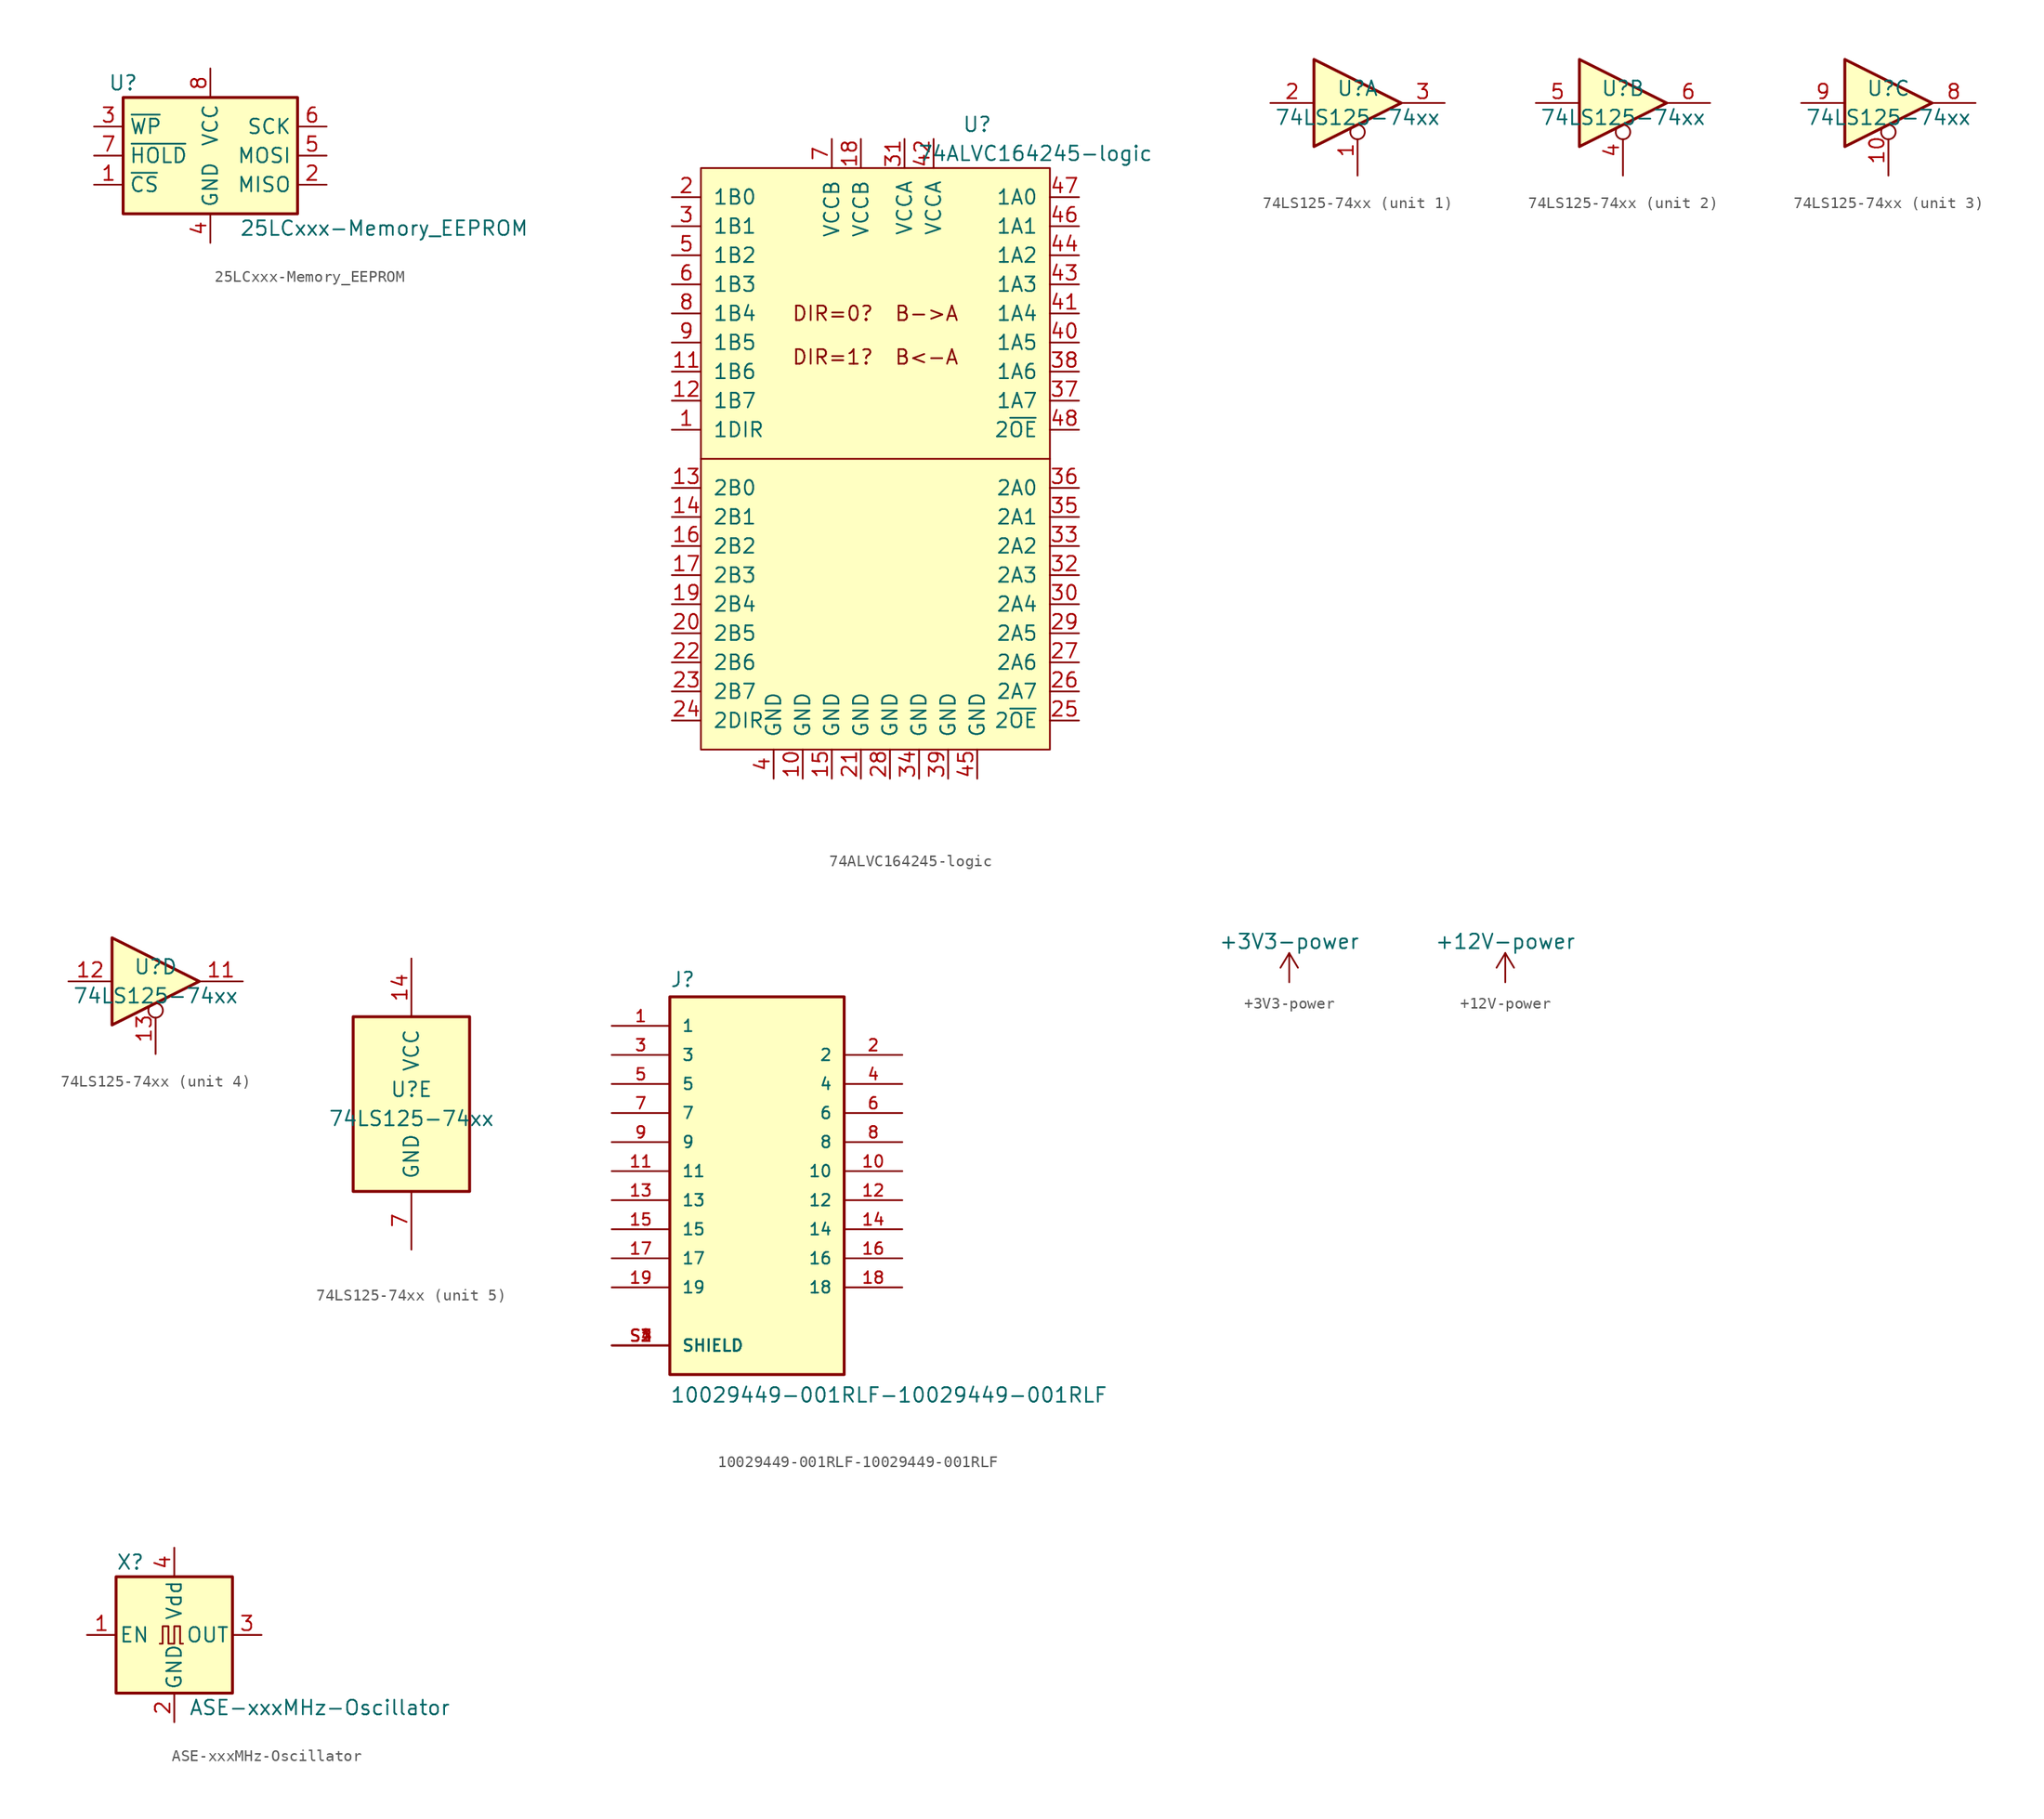
<source format=kicad_sym>
(kicad_symbol_lib
  (version 20220914)
  (generator kicad_symbol_editor)
  (symbol "25LCxxx-Memory_EEPROM"
    (property "Reference" "U"
      (at -7.62 6.35 0)
      (effects (font (size 1.27 1.27))))
    (property "Value" "25LCxxx-Memory_EEPROM"
      (at 2.54 -6.35 0)
      (effects (font (size 1.27 1.27)) (justify left)))
    (symbol "25LCxxx-Memory_EEPROM_1_1"
      (rectangle (start -7.62 5.08) (end 7.62 -5.08) (stroke (width 0.254) (type solid)) (fill (type background)))
      (pin input line (at -10.16 -2.54 0) (length 2.54) (name "~{CS}" (effects (font (size 1.27 1.27)))) (number "1" (effects (font (size 1.27 1.27)))))
      (pin tri_state line (at 10.16 -2.54 180) (length 2.54) (name "MISO" (effects (font (size 1.27 1.27)))) (number "2" (effects (font (size 1.27 1.27)))))
      (pin input line (at -10.16 2.54 0) (length 2.54) (name "~{WP}" (effects (font (size 1.27 1.27)))) (number "3" (effects (font (size 1.27 1.27)))))
      (pin power_in line (at 0 -7.62 90) (length 2.54) (name "GND" (effects (font (size 1.27 1.27)))) (number "4" (effects (font (size 1.27 1.27)))))
      (pin input line (at 10.16 0 180) (length 2.54) (name "MOSI" (effects (font (size 1.27 1.27)))) (number "5" (effects (font (size 1.27 1.27)))))
      (pin input line (at 10.16 2.54 180) (length 2.54) (name "SCK" (effects (font (size 1.27 1.27)))) (number "6" (effects (font (size 1.27 1.27)))))
      (pin input line (at -10.16 0 0) (length 2.54) (name "~{HOLD}" (effects (font (size 1.27 1.27)))) (number "7" (effects (font (size 1.27 1.27)))))
      (pin power_in line (at 0 7.62 270) (length 2.54) (name "VCC" (effects (font (size 1.27 1.27)))) (number "8" (effects (font (size 1.27 1.27)))))))
  (symbol "74ALVC164245-logic"
    (pin_names
      (offset 1.016))
    (property "Reference" "U"
      (at 24.13 3.81 0)
      (effects (font (size 1.27 1.27))))
    (property "Value" "74ALVC164245-logic"
      (at 29.21 1.27 0)
      (effects (font (size 1.27 1.27))))
    (symbol "74ALVC164245-logic_0_0"
      (text "DIR=0?  B->A" (at 15.24 -12.7 0) (effects (font (size 1.27 1.27))))
      (text "DIR=1?  B<-A" (at 15.24 -16.51 0) (effects (font (size 1.27 1.27)))))
    (symbol "74ALVC164245-logic_0_1"
      (polyline (pts (xy 0 -25.4) (xy 30.48 -25.4)) (stroke (width 0) (type solid)) (fill (type none)))
      (rectangle (start 0 0) (end 30.48 -50.8) (stroke (width 0) (type solid)) (fill (type background))))
    (symbol "74ALVC164245-logic_1_1"
      (pin input line (at -2.54 -22.86 0) (length 2.54) (name "1DIR" (effects (font (size 1.27 1.27)))) (number "1" (effects (font (size 1.27 1.27)))))
      (pin power_in line (at 8.89 -53.34 90) (length 2.54) (name "GND" (effects (font (size 1.27 1.27)))) (number "10" (effects (font (size 1.27 1.27)))))
      (pin bidirectional line (at -2.54 -17.78 0) (length 2.54) (name "1B6" (effects (font (size 1.27 1.27)))) (number "11" (effects (font (size 1.27 1.27)))))
      (pin bidirectional line (at -2.54 -20.32 0) (length 2.54) (name "1B7" (effects (font (size 1.27 1.27)))) (number "12" (effects (font (size 1.27 1.27)))))
      (pin bidirectional line (at -2.54 -27.94 0) (length 2.54) (name "2B0" (effects (font (size 1.27 1.27)))) (number "13" (effects (font (size 1.27 1.27)))))
      (pin bidirectional line (at -2.54 -30.48 0) (length 2.54) (name "2B1" (effects (font (size 1.27 1.27)))) (number "14" (effects (font (size 1.27 1.27)))))
      (pin power_in line (at 11.43 -53.34 90) (length 2.54) (name "GND" (effects (font (size 1.27 1.27)))) (number "15" (effects (font (size 1.27 1.27)))))
      (pin bidirectional line (at -2.54 -33.02 0) (length 2.54) (name "2B2" (effects (font (size 1.27 1.27)))) (number "16" (effects (font (size 1.27 1.27)))))
      (pin bidirectional line (at -2.54 -35.56 0) (length 2.54) (name "2B3" (effects (font (size 1.27 1.27)))) (number "17" (effects (font (size 1.27 1.27)))))
      (pin power_in line (at 13.97 2.54 270) (length 2.54) (name "VCCB" (effects (font (size 1.27 1.27)))) (number "18" (effects (font (size 1.27 1.27)))))
      (pin bidirectional line (at -2.54 -38.1 0) (length 2.54) (name "2B4" (effects (font (size 1.27 1.27)))) (number "19" (effects (font (size 1.27 1.27)))))
      (pin bidirectional line (at -2.54 -2.54 0) (length 2.54) (name "1B0" (effects (font (size 1.27 1.27)))) (number "2" (effects (font (size 1.27 1.27)))))
      (pin bidirectional line (at -2.54 -40.64 0) (length 2.54) (name "2B5" (effects (font (size 1.27 1.27)))) (number "20" (effects (font (size 1.27 1.27)))))
      (pin power_in line (at 13.97 -53.34 90) (length 2.54) (name "GND" (effects (font (size 1.27 1.27)))) (number "21" (effects (font (size 1.27 1.27)))))
      (pin bidirectional line (at -2.54 -43.18 0) (length 2.54) (name "2B6" (effects (font (size 1.27 1.27)))) (number "22" (effects (font (size 1.27 1.27)))))
      (pin bidirectional line (at -2.54 -45.72 0) (length 2.54) (name "2B7" (effects (font (size 1.27 1.27)))) (number "23" (effects (font (size 1.27 1.27)))))
      (pin input line (at -2.54 -48.26 0) (length 2.54) (name "2DIR" (effects (font (size 1.27 1.27)))) (number "24" (effects (font (size 1.27 1.27)))))
      (pin input line (at 33.02 -48.26 180) (length 2.54) (name "2~{OE}" (effects (font (size 1.27 1.27)))) (number "25" (effects (font (size 1.27 1.27)))))
      (pin bidirectional line (at 33.02 -45.72 180) (length 2.54) (name "2A7" (effects (font (size 1.27 1.27)))) (number "26" (effects (font (size 1.27 1.27)))))
      (pin bidirectional line (at 33.02 -43.18 180) (length 2.54) (name "2A6" (effects (font (size 1.27 1.27)))) (number "27" (effects (font (size 1.27 1.27)))))
      (pin power_in line (at 16.51 -53.34 90) (length 2.54) (name "GND" (effects (font (size 1.27 1.27)))) (number "28" (effects (font (size 1.27 1.27)))))
      (pin bidirectional line (at 33.02 -40.64 180) (length 2.54) (name "2A5" (effects (font (size 1.27 1.27)))) (number "29" (effects (font (size 1.27 1.27)))))
      (pin bidirectional line (at -2.54 -5.08 0) (length 2.54) (name "1B1" (effects (font (size 1.27 1.27)))) (number "3" (effects (font (size 1.27 1.27)))))
      (pin bidirectional line (at 33.02 -38.1 180) (length 2.54) (name "2A4" (effects (font (size 1.27 1.27)))) (number "30" (effects (font (size 1.27 1.27)))))
      (pin power_in line (at 17.78 2.54 270) (length 2.54) (name "VCCA" (effects (font (size 1.27 1.27)))) (number "31" (effects (font (size 1.27 1.27)))))
      (pin bidirectional line (at 33.02 -35.56 180) (length 2.54) (name "2A3" (effects (font (size 1.27 1.27)))) (number "32" (effects (font (size 1.27 1.27)))))
      (pin bidirectional line (at 33.02 -33.02 180) (length 2.54) (name "2A2" (effects (font (size 1.27 1.27)))) (number "33" (effects (font (size 1.27 1.27)))))
      (pin power_in line (at 19.05 -53.34 90) (length 2.54) (name "GND" (effects (font (size 1.27 1.27)))) (number "34" (effects (font (size 1.27 1.27)))))
      (pin bidirectional line (at 33.02 -30.48 180) (length 2.54) (name "2A1" (effects (font (size 1.27 1.27)))) (number "35" (effects (font (size 1.27 1.27)))))
      (pin bidirectional line (at 33.02 -27.94 180) (length 2.54) (name "2A0" (effects (font (size 1.27 1.27)))) (number "36" (effects (font (size 1.27 1.27)))))
      (pin bidirectional line (at 33.02 -20.32 180) (length 2.54) (name "1A7" (effects (font (size 1.27 1.27)))) (number "37" (effects (font (size 1.27 1.27)))))
      (pin bidirectional line (at 33.02 -17.78 180) (length 2.54) (name "1A6" (effects (font (size 1.27 1.27)))) (number "38" (effects (font (size 1.27 1.27)))))
      (pin power_in line (at 21.59 -53.34 90) (length 2.54) (name "GND" (effects (font (size 1.27 1.27)))) (number "39" (effects (font (size 1.27 1.27)))))
      (pin power_in line (at 6.35 -53.34 90) (length 2.54) (name "GND" (effects (font (size 1.27 1.27)))) (number "4" (effects (font (size 1.27 1.27)))))
      (pin bidirectional line (at 33.02 -15.24 180) (length 2.54) (name "1A5" (effects (font (size 1.27 1.27)))) (number "40" (effects (font (size 1.27 1.27)))))
      (pin bidirectional line (at 33.02 -12.7 180) (length 2.54) (name "1A4" (effects (font (size 1.27 1.27)))) (number "41" (effects (font (size 1.27 1.27)))))
      (pin power_in line (at 20.32 2.54 270) (length 2.54) (name "VCCA" (effects (font (size 1.27 1.27)))) (number "42" (effects (font (size 1.27 1.27)))))
      (pin bidirectional line (at 33.02 -10.16 180) (length 2.54) (name "1A3" (effects (font (size 1.27 1.27)))) (number "43" (effects (font (size 1.27 1.27)))))
      (pin bidirectional line (at 33.02 -7.62 180) (length 2.54) (name "1A2" (effects (font (size 1.27 1.27)))) (number "44" (effects (font (size 1.27 1.27)))))
      (pin power_in line (at 24.13 -53.34 90) (length 2.54) (name "GND" (effects (font (size 1.27 1.27)))) (number "45" (effects (font (size 1.27 1.27)))))
      (pin bidirectional line (at 33.02 -5.08 180) (length 2.54) (name "1A1" (effects (font (size 1.27 1.27)))) (number "46" (effects (font (size 1.27 1.27)))))
      (pin bidirectional line (at 33.02 -2.54 180) (length 2.54) (name "1A0" (effects (font (size 1.27 1.27)))) (number "47" (effects (font (size 1.27 1.27)))))
      (pin bidirectional line (at 33.02 -22.86 180) (length 2.54) (name "2~{OE}" (effects (font (size 1.27 1.27)))) (number "48" (effects (font (size 1.27 1.27)))))
      (pin bidirectional line (at -2.54 -7.62 0) (length 2.54) (name "1B2" (effects (font (size 1.27 1.27)))) (number "5" (effects (font (size 1.27 1.27)))))
      (pin bidirectional line (at -2.54 -10.16 0) (length 2.54) (name "1B3" (effects (font (size 1.27 1.27)))) (number "6" (effects (font (size 1.27 1.27)))))
      (pin power_in line (at 11.43 2.54 270) (length 2.54) (name "VCCB" (effects (font (size 1.27 1.27)))) (number "7" (effects (font (size 1.27 1.27)))))
      (pin bidirectional line (at -2.54 -12.7 0) (length 2.54) (name "1B4" (effects (font (size 1.27 1.27)))) (number "8" (effects (font (size 1.27 1.27)))))
      (pin bidirectional line (at -2.54 -15.24 0) (length 2.54) (name "1B5" (effects (font (size 1.27 1.27)))) (number "9" (effects (font (size 1.27 1.27)))))))
  (symbol "74LS125-74xx"
    (pin_names
      (offset 1.016))
    (property "Reference" "U"
      (at 0 1.27 0)
      (effects (font (size 1.27 1.27))))
    (property "Value" "74LS125-74xx"
      (at 0 -1.27 0)
      (effects (font (size 1.27 1.27))))
    (property "ki_locked" ""
      (at 0 0 0)
      (effects (font (size 1.27 1.27))))
    (symbol "74LS125-74xx_1_0"
      (polyline (pts (xy -3.81 3.81) (xy -3.81 -3.81) (xy 3.81 0) (xy -3.81 3.81)) (stroke (width 0.254) (type solid)) (fill (type background)))
      (pin input inverted (at 0 -6.35 90) (length 4.445) (name "~" (effects (font (size 1.27 1.27)))) (number "1" (effects (font (size 1.27 1.27)))))
      (pin input line (at -7.62 0 0) (length 3.81) (name "~" (effects (font (size 1.27 1.27)))) (number "2" (effects (font (size 1.27 1.27)))))
      (pin tri_state line (at 7.62 0 180) (length 3.81) (name "~" (effects (font (size 1.27 1.27)))) (number "3" (effects (font (size 1.27 1.27))))))
    (symbol "74LS125-74xx_2_0"
      (polyline (pts (xy -3.81 3.81) (xy -3.81 -3.81) (xy 3.81 0) (xy -3.81 3.81)) (stroke (width 0.254) (type solid)) (fill (type background)))
      (pin input inverted (at 0 -6.35 90) (length 4.445) (name "~" (effects (font (size 1.27 1.27)))) (number "4" (effects (font (size 1.27 1.27)))))
      (pin input line (at -7.62 0 0) (length 3.81) (name "~" (effects (font (size 1.27 1.27)))) (number "5" (effects (font (size 1.27 1.27)))))
      (pin tri_state line (at 7.62 0 180) (length 3.81) (name "~" (effects (font (size 1.27 1.27)))) (number "6" (effects (font (size 1.27 1.27))))))
    (symbol "74LS125-74xx_3_0"
      (polyline (pts (xy -3.81 3.81) (xy -3.81 -3.81) (xy 3.81 0) (xy -3.81 3.81)) (stroke (width 0.254) (type solid)) (fill (type background)))
      (pin input inverted (at 0 -6.35 90) (length 4.445) (name "~" (effects (font (size 1.27 1.27)))) (number "10" (effects (font (size 1.27 1.27)))))
      (pin tri_state line (at 7.62 0 180) (length 3.81) (name "~" (effects (font (size 1.27 1.27)))) (number "8" (effects (font (size 1.27 1.27)))))
      (pin input line (at -7.62 0 0) (length 3.81) (name "~" (effects (font (size 1.27 1.27)))) (number "9" (effects (font (size 1.27 1.27))))))
    (symbol "74LS125-74xx_4_0"
      (polyline (pts (xy -3.81 3.81) (xy -3.81 -3.81) (xy 3.81 0) (xy -3.81 3.81)) (stroke (width 0.254) (type solid)) (fill (type background)))
      (pin tri_state line (at 7.62 0 180) (length 3.81) (name "~" (effects (font (size 1.27 1.27)))) (number "11" (effects (font (size 1.27 1.27)))))
      (pin input line (at -7.62 0 0) (length 3.81) (name "~" (effects (font (size 1.27 1.27)))) (number "12" (effects (font (size 1.27 1.27)))))
      (pin input inverted (at 0 -6.35 90) (length 4.445) (name "~" (effects (font (size 1.27 1.27)))) (number "13" (effects (font (size 1.27 1.27))))))
    (symbol "74LS125-74xx_5_0"
      (pin power_in line (at 0 12.7 270) (length 5.08) (name "VCC" (effects (font (size 1.27 1.27)))) (number "14" (effects (font (size 1.27 1.27)))))
      (pin power_in line (at 0 -12.7 90) (length 5.08) (name "GND" (effects (font (size 1.27 1.27)))) (number "7" (effects (font (size 1.27 1.27))))))
    (symbol "74LS125-74xx_5_1"
      (rectangle (start -5.08 7.62) (end 5.08 -7.62) (stroke (width 0.254) (type solid)) (fill (type background)))))
  (symbol "10029449-001RLF-10029449-001RLF"
    (pin_names
      (offset 1.016))
    (property "Reference" "J"
      (at -7.62 16.002 0)
      (effects (font (size 1.27 1.27)) (justify left bottom)))
    (property "Value" "10029449-001RLF-10029449-001RLF"
      (at -7.62 -20.32 0)
      (effects (font (size 1.27 1.27)) (justify left bottom)))
    (property "ki_locked" ""
      (at 0 0 0)
      (effects (font (size 1.27 1.27))))
    (symbol "10029449-001RLF-10029449-001RLF_0_0"
      (rectangle (start -7.62 -17.78) (end 7.62 15.24) (stroke (width 0.254) (type solid)) (fill (type background)))
      (pin passive line (at -12.7 12.7 0) (length 5.08) (name "1" (effects (font (size 1.016 1.016)))) (number "1" (effects (font (size 1.016 1.016)))))
      (pin passive line (at 12.7 0 180) (length 5.08) (name "10" (effects (font (size 1.016 1.016)))) (number "10" (effects (font (size 1.016 1.016)))))
      (pin passive line (at -12.7 0 0) (length 5.08) (name "11" (effects (font (size 1.016 1.016)))) (number "11" (effects (font (size 1.016 1.016)))))
      (pin passive line (at 12.7 -2.54 180) (length 5.08) (name "12" (effects (font (size 1.016 1.016)))) (number "12" (effects (font (size 1.016 1.016)))))
      (pin passive line (at -12.7 -2.54 0) (length 5.08) (name "13" (effects (font (size 1.016 1.016)))) (number "13" (effects (font (size 1.016 1.016)))))
      (pin passive line (at 12.7 -5.08 180) (length 5.08) (name "14" (effects (font (size 1.016 1.016)))) (number "14" (effects (font (size 1.016 1.016)))))
      (pin passive line (at -12.7 -5.08 0) (length 5.08) (name "15" (effects (font (size 1.016 1.016)))) (number "15" (effects (font (size 1.016 1.016)))))
      (pin passive line (at 12.7 -7.62 180) (length 5.08) (name "16" (effects (font (size 1.016 1.016)))) (number "16" (effects (font (size 1.016 1.016)))))
      (pin passive line (at -12.7 -7.62 0) (length 5.08) (name "17" (effects (font (size 1.016 1.016)))) (number "17" (effects (font (size 1.016 1.016)))))
      (pin passive line (at 12.7 -10.16 180) (length 5.08) (name "18" (effects (font (size 1.016 1.016)))) (number "18" (effects (font (size 1.016 1.016)))))
      (pin passive line (at -12.7 -10.16 0) (length 5.08) (name "19" (effects (font (size 1.016 1.016)))) (number "19" (effects (font (size 1.016 1.016)))))
      (pin passive line (at 12.7 10.16 180) (length 5.08) (name "2" (effects (font (size 1.016 1.016)))) (number "2" (effects (font (size 1.016 1.016)))))
      (pin passive line (at -12.7 10.16 0) (length 5.08) (name "3" (effects (font (size 1.016 1.016)))) (number "3" (effects (font (size 1.016 1.016)))))
      (pin passive line (at 12.7 7.62 180) (length 5.08) (name "4" (effects (font (size 1.016 1.016)))) (number "4" (effects (font (size 1.016 1.016)))))
      (pin passive line (at -12.7 7.62 0) (length 5.08) (name "5" (effects (font (size 1.016 1.016)))) (number "5" (effects (font (size 1.016 1.016)))))
      (pin passive line (at 12.7 5.08 180) (length 5.08) (name "6" (effects (font (size 1.016 1.016)))) (number "6" (effects (font (size 1.016 1.016)))))
      (pin passive line (at -12.7 5.08 0) (length 5.08) (name "7" (effects (font (size 1.016 1.016)))) (number "7" (effects (font (size 1.016 1.016)))))
      (pin passive line (at 12.7 2.54 180) (length 5.08) (name "8" (effects (font (size 1.016 1.016)))) (number "8" (effects (font (size 1.016 1.016)))))
      (pin passive line (at -12.7 2.54 0) (length 5.08) (name "9" (effects (font (size 1.016 1.016)))) (number "9" (effects (font (size 1.016 1.016)))))
      (pin passive line (at -12.7 -15.24 0) (length 5.08) (name "SHIELD" (effects (font (size 1.016 1.016)))) (number "S1" (effects (font (size 1.016 1.016)))))
      (pin passive line (at -12.7 -15.24 0) (length 5.08) (name "SHIELD" (effects (font (size 1.016 1.016)))) (number "S2" (effects (font (size 1.016 1.016)))))
      (pin passive line (at -12.7 -15.24 0) (length 5.08) (name "SHIELD" (effects (font (size 1.016 1.016)))) (number "S3" (effects (font (size 1.016 1.016)))))
      (pin passive line (at -12.7 -15.24 0) (length 5.08) (name "SHIELD" (effects (font (size 1.016 1.016)))) (number "S4" (effects (font (size 1.016 1.016)))))))
  (symbol "+3V3-power"
    (power)
    (pin_names
      (offset 0))
    (property "Reference" "#PWR"
      (at 0 -3.81 0)
      (effects (font (size 1.27 1.27)) hide))
    (property "Value" "+3V3-power"
      (at 0 3.556 0)
      (effects (font (size 1.27 1.27))))
    (symbol "+3V3-power_0_1"
      (polyline (pts (xy -0.762 1.27) (xy 0 2.54)) (stroke (width 0) (type solid)) (fill (type none)))
      (polyline (pts (xy 0 0) (xy 0 2.54)) (stroke (width 0) (type solid)) (fill (type none)))
      (polyline (pts (xy 0 2.54) (xy 0.762 1.27)) (stroke (width 0) (type solid)) (fill (type none))))
    (symbol "+3V3-power_1_1"
      (pin power_in line (at 0 0 90) (length 0) hide (name "+3V3" (effects (font (size 1.27 1.27)))) (number "1" (effects (font (size 1.27 1.27)))))))
  (symbol "+12V-power"
    (power)
    (pin_names
      (offset 0))
    (property "Reference" "#PWR"
      (at 0 -3.81 0)
      (effects (font (size 1.27 1.27)) hide))
    (property "Value" "+12V-power"
      (at 0 3.556 0)
      (effects (font (size 1.27 1.27))))
    (symbol "+12V-power_0_1"
      (polyline (pts (xy -0.762 1.27) (xy 0 2.54)) (stroke (width 0) (type solid)) (fill (type none)))
      (polyline (pts (xy 0 0) (xy 0 2.54)) (stroke (width 0) (type solid)) (fill (type none)))
      (polyline (pts (xy 0 2.54) (xy 0.762 1.27)) (stroke (width 0) (type solid)) (fill (type none))))
    (symbol "+12V-power_1_1"
      (pin power_in line (at 0 0 90) (length 0) hide (name "+12V" (effects (font (size 1.27 1.27)))) (number "1" (effects (font (size 1.27 1.27)))))))
  (symbol "ASE-xxxMHz-Oscillator"
    (pin_names
      (offset 0.254))
    (property "Reference" "X"
      (at -5.08 6.35 0)
      (effects (font (size 1.27 1.27)) (justify left)))
    (property "Value" "ASE-xxxMHz-Oscillator"
      (at 1.27 -6.35 0)
      (effects (font (size 1.27 1.27)) (justify left)))
    (symbol "ASE-xxxMHz-Oscillator_0_1"
      (rectangle (start -5.08 5.08) (end 5.08 -5.08) (stroke (width 0.254) (type solid)) (fill (type background)))
      (polyline (pts (xy -1.27 -0.762) (xy -1.016 -0.762) (xy -1.016 0.762) (xy -0.508 0.762) (xy -0.508 -0.762) (xy 0 -0.762) (xy 0 0.762) (xy 0.508 0.762) (xy 0.508 -0.762) (xy 0.762 -0.762)) (stroke (width 0) (type solid)) (fill (type none))))
    (symbol "ASE-xxxMHz-Oscillator_1_1"
      (pin input line (at -7.62 0 0) (length 2.54) (name "EN" (effects (font (size 1.27 1.27)))) (number "1" (effects (font (size 1.27 1.27)))))
      (pin power_in line (at 0 -7.62 90) (length 2.54) (name "GND" (effects (font (size 1.27 1.27)))) (number "2" (effects (font (size 1.27 1.27)))))
      (pin output line (at 7.62 0 180) (length 2.54) (name "OUT" (effects (font (size 1.27 1.27)))) (number "3" (effects (font (size 1.27 1.27)))))
      (pin power_in line (at 0 7.62 270) (length 2.54) (name "Vdd" (effects (font (size 1.27 1.27)))) (number "4" (effects (font (size 1.27 1.27))))))))
</source>
